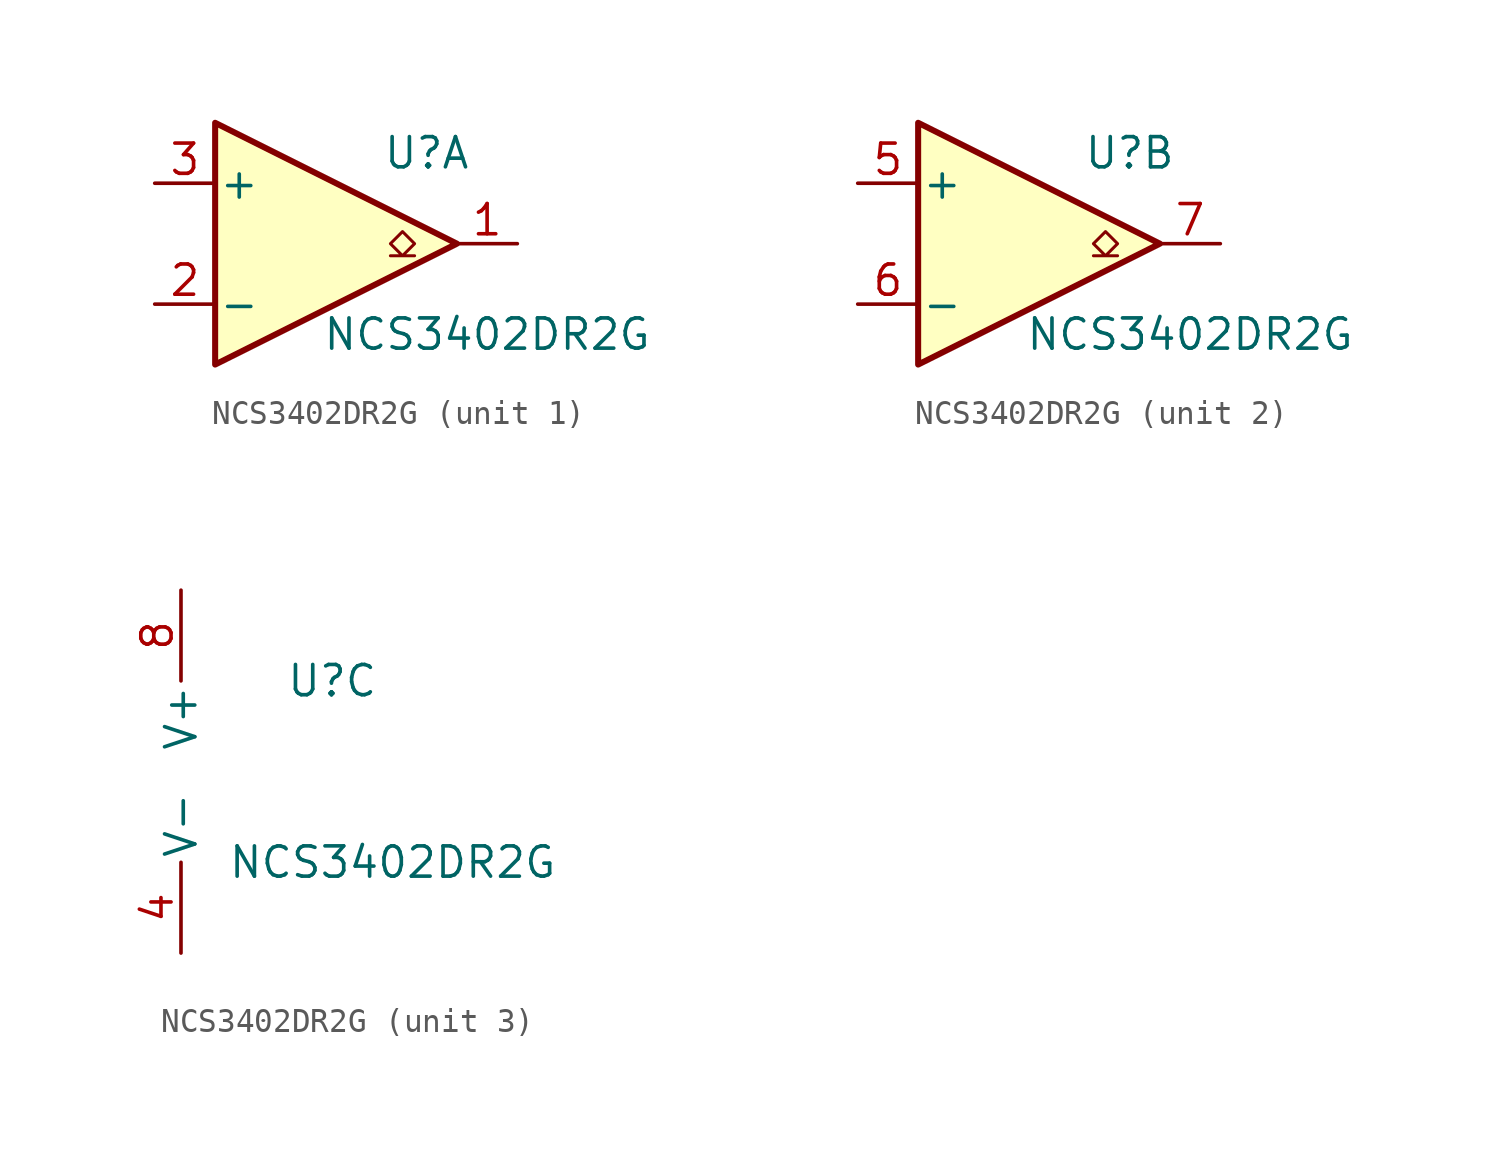
<source format=kicad_sym>
(kicad_symbol_lib
  (version 20211014)
  (generator kicad_symbol_editor)
  (symbol "NCS3402DR2G"
    (pin_names
      (offset 0.127))
    (property "Reference" "U"
      (at 3.81 3.81 0)
      (effects (font (size 1.27 1.27))))
    (property "Value" "NCS3402DR2G"
      (at 6.35 -3.81 0)
      (effects (font (size 1.27 1.27))))
    (property "ki_locked" ""
      (at 0 0 0)
      (effects (font (size 1.27 1.27))))
    (symbol "NCS3402DR2G_1_1"
      (polyline (pts (xy -5.08 5.08) (xy 5.08 0) (xy -5.08 -5.08) (xy -5.08 5.08)) (stroke (width 0.254) (type default) (color 0 0 0 0)) (fill (type background)))
      (polyline (pts (xy 3.302 -0.508) (xy 2.794 -0.508) (xy 3.302 0) (xy 2.794 0.508) (xy 2.286 0) (xy 2.794 -0.508) (xy 2.286 -0.508)) (stroke (width 0.127) (type default) (color 0 0 0 0)) (fill (type none)))
      (pin open_collector line (at 7.62 0 180) (length 2.54) (name "~" (effects (font (size 1.27 1.27)))) (number "1" (effects (font (size 1.27 1.27)))))
      (pin input line (at -7.62 -2.54 0) (length 2.54) (name "-" (effects (font (size 1.27 1.27)))) (number "2" (effects (font (size 1.27 1.27)))))
      (pin input line (at -7.62 2.54 0) (length 2.54) (name "+" (effects (font (size 1.27 1.27)))) (number "3" (effects (font (size 1.27 1.27))))))
    (symbol "NCS3402DR2G_2_1"
      (polyline (pts (xy -5.08 5.08) (xy 5.08 0) (xy -5.08 -5.08) (xy -5.08 5.08)) (stroke (width 0.254) (type default) (color 0 0 0 0)) (fill (type background)))
      (polyline (pts (xy 3.302 -0.508) (xy 2.794 -0.508) (xy 3.302 0) (xy 2.794 0.508) (xy 2.286 0) (xy 2.794 -0.508) (xy 2.286 -0.508)) (stroke (width 0.127) (type default) (color 0 0 0 0)) (fill (type none)))
      (pin input line (at -7.62 2.54 0) (length 2.54) (name "+" (effects (font (size 1.27 1.27)))) (number "5" (effects (font (size 1.27 1.27)))))
      (pin input line (at -7.62 -2.54 0) (length 2.54) (name "-" (effects (font (size 1.27 1.27)))) (number "6" (effects (font (size 1.27 1.27)))))
      (pin open_collector line (at 7.62 0 180) (length 2.54) (name "~" (effects (font (size 1.27 1.27)))) (number "7" (effects (font (size 1.27 1.27))))))
    (symbol "NCS3402DR2G_3_1"
      (pin power_in line (at -2.54 -7.62 90) (length 3.81) (name "V-" (effects (font (size 1.27 1.27)))) (number "4" (effects (font (size 1.27 1.27)))))
      (pin power_in line (at -2.54 7.62 270) (length 3.81) (name "V+" (effects (font (size 1.27 1.27)))) (number "8" (effects (font (size 1.27 1.27))))))))
</source>
